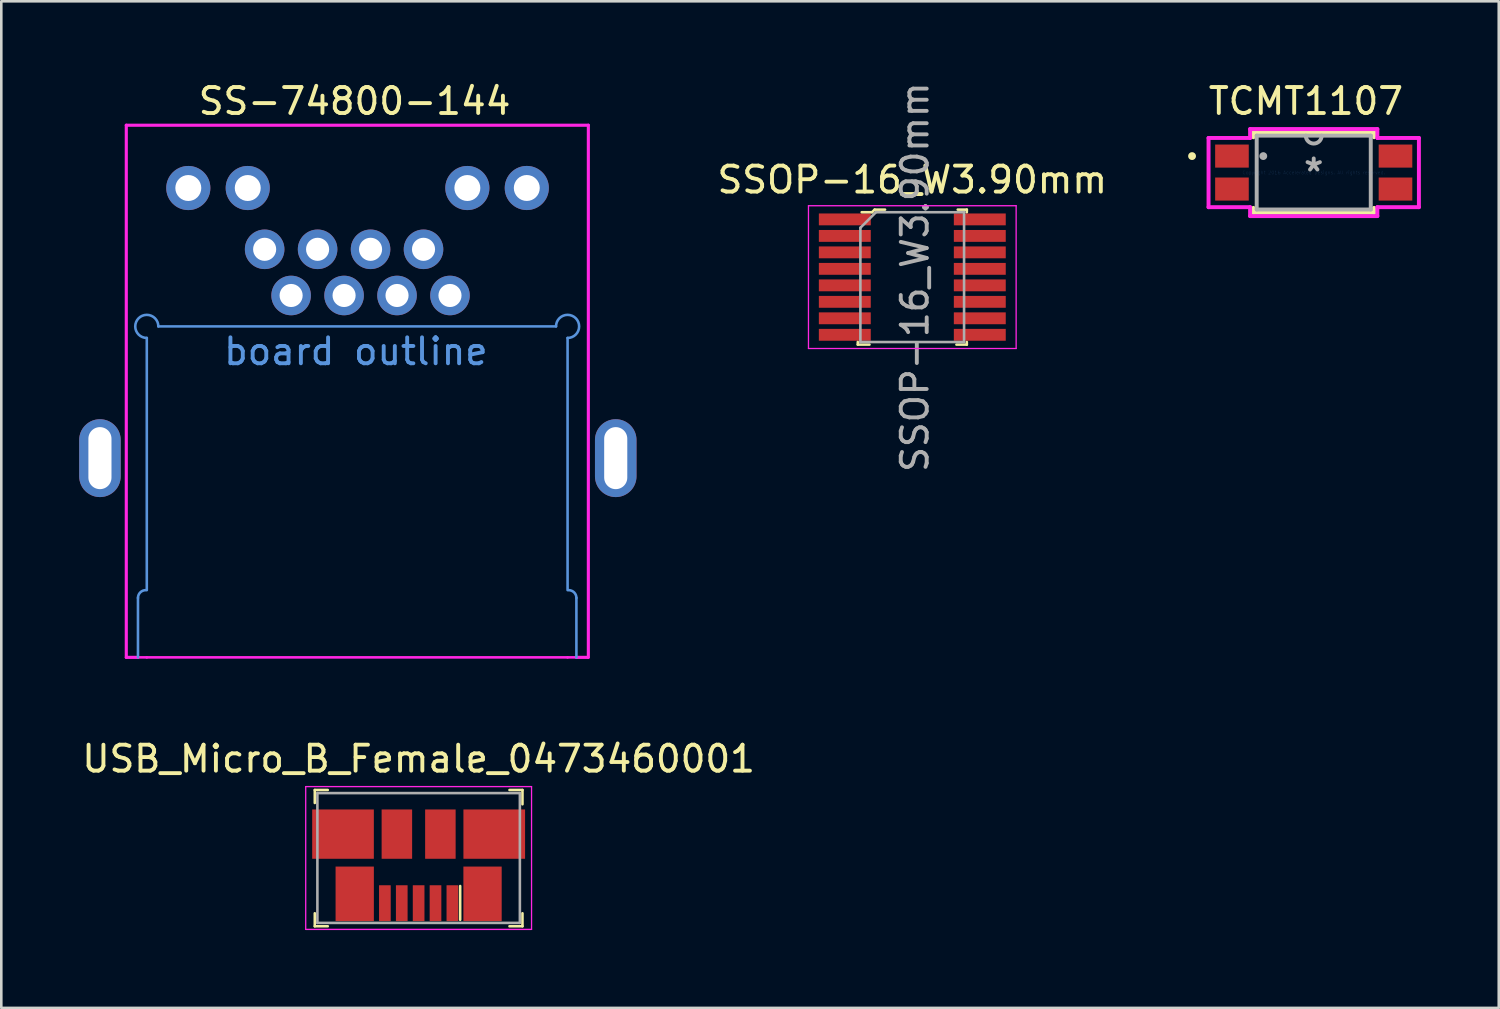
<source format=kicad_pcb>
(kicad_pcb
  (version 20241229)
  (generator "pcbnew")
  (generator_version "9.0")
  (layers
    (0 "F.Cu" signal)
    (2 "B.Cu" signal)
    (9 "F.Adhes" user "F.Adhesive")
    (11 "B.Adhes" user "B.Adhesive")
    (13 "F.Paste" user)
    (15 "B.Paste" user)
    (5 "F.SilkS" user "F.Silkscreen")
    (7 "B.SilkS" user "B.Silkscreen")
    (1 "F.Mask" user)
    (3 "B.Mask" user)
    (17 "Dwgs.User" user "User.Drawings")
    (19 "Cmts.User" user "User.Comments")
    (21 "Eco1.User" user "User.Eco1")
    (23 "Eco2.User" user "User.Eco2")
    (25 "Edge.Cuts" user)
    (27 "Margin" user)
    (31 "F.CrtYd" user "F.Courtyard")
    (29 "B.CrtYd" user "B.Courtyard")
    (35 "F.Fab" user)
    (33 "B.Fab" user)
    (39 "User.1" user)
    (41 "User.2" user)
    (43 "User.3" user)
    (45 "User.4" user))
  (footprint "SSOP-16_W3.90mm"
    (layer "F.Cu")
    (at 32.095 7.625)
    (property "Reference" "SSOP-16_W3.90mm" (at 0 -3.75 0) (layer "F.SilkS") (effects (font (size 1 1) (thickness 0.15))))
    (attr smd)
    (fp_line (start -2.1 2.5) (end -2.1 2.6) (stroke (width 0.1) (type solid)) (layer "F.SilkS"))
    (fp_line (start -2.1 2.6) (end -1.65 2.6) (stroke (width 0.1) (type solid)) (layer "F.SilkS"))
    (fp_line (start -1.55 -2.5) (end -1.95 -2.5) (stroke (width 0.1) (type solid)) (layer "F.SilkS"))
    (fp_line (start -1.45 -2.6) (end -1.55 -2.5) (stroke (width 0.1) (type solid)) (layer "F.SilkS"))
    (fp_line (start -1.05 -2.6) (end -1.45 -2.6) (stroke (width 0.1) (type solid)) (layer "F.SilkS"))
    (fp_line (start 2.1 -2.6) (end 1.75 -2.6) (stroke (width 0.1) (type solid)) (layer "F.SilkS"))
    (fp_line (start 2.1 -2.5) (end 2.1 -2.6) (stroke (width 0.1) (type solid)) (layer "F.SilkS"))
    (fp_line (start 2.1 2.5) (end 2.1 2.6) (stroke (width 0.1) (type solid)) (layer "F.SilkS"))
    (fp_line (start 2.1 2.6) (end 1.7 2.6) (stroke (width 0.1) (type solid)) (layer "F.SilkS"))
    (fp_line (start -4 -2.75) (end -4 2.75) (stroke (width 0.05) (type solid)) (layer "F.CrtYd"))
    (fp_line (start -4 -2.75) (end 4 -2.75) (stroke (width 0.05) (type solid)) (layer "F.CrtYd"))
    (fp_line (start -4 2.75) (end 4 2.75) (stroke (width 0.05) (type solid)) (layer "F.CrtYd"))
    (fp_line (start 4 2.75) (end 4 -2.75) (stroke (width 0.05) (type solid)) (layer "F.CrtYd"))
    (fp_line (start -2 -1.9) (end -2 2.5) (stroke (width 0.1) (type solid)) (layer "F.Fab"))
    (fp_line (start -2 -1.9) (end -1.4 -2.5) (stroke (width 0.1) (type solid)) (layer "F.Fab"))
    (fp_line (start -1.994 2.502) (end 1.994 2.502) (stroke (width 0.1) (type solid)) (layer "F.Fab"))
    (fp_line (start -1.4 -2.5) (end 2 -2.5) (stroke (width 0.1) (type solid)) (layer "F.Fab"))
    (fp_line (start 1.994 2.502) (end 1.994 -2.502) (stroke (width 0.1) (type solid)) (layer "F.Fab"))
    (fp_text user "${REFERENCE}" (at 0.1 0 90) (layer "F.Fab") (effects (font (size 1 1) (thickness 0.15))))
    (pad "1" smd rect (at -2.6 -2.223) (size 2 0.457) (layers "F.Cu" "F.Mask" "F.Paste"))
    (pad "2" smd rect (at -2.6 -1.587) (size 2 0.457) (layers "F.Cu" "F.Mask" "F.Paste"))
    (pad "3" smd rect (at -2.6 -0.953) (size 2 0.457) (layers "F.Cu" "F.Mask" "F.Paste"))
    (pad "4" smd rect (at -2.6 -0.318) (size 2 0.457) (layers "F.Cu" "F.Mask" "F.Paste"))
    (pad "5" smd rect (at -2.6 0.318) (size 2 0.457) (layers "F.Cu" "F.Mask" "F.Paste"))
    (pad "6" smd rect (at -2.6 0.953) (size 2 0.457) (layers "F.Cu" "F.Mask" "F.Paste"))
    (pad "7" smd rect (at -2.6 1.587) (size 2 0.457) (layers "F.Cu" "F.Mask" "F.Paste"))
    (pad "8" smd rect (at -2.6 2.223) (size 2 0.457) (layers "F.Cu" "F.Mask" "F.Paste"))
    (pad "9" smd rect (at 2.6 2.223) (size 2 0.457) (layers "F.Cu" "F.Mask" "F.Paste"))
    (pad "10" smd rect (at 2.6 1.587) (size 2 0.457) (layers "F.Cu" "F.Mask" "F.Paste"))
    (pad "11" smd rect (at 2.6 0.953) (size 2 0.457) (layers "F.Cu" "F.Mask" "F.Paste"))
    (pad "12" smd rect (at 2.6 0.318) (size 2 0.457) (layers "F.Cu" "F.Mask" "F.Paste"))
    (pad "13" smd rect (at 2.6 -0.318) (size 2 0.457) (layers "F.Cu" "F.Mask" "F.Paste"))
    (pad "14" smd rect (at 2.6 -0.953) (size 2 0.457) (layers "F.Cu" "F.Mask" "F.Paste"))
    (pad "15" smd rect (at 2.6 -1.587) (size 2 0.457) (layers "F.Cu" "F.Mask" "F.Paste"))
    (pad "16" smd rect (at 2.6 -2.223) (size 2 0.457) (layers "F.Cu" "F.Mask" "F.Paste")))
  (footprint "SS-74800-144"
    (layer "F.Cu")
    (at 10.66 1.448)
    (property "Reference" "SS-74800-144" (at -0.05 -0.6 0) (layer "F.SilkS") (effects (font (size 1 1) (thickness 0.15))))
    (attr through_hole)
    (fp_line (start -8.395 20.826) (end -8.395 18.536) (stroke (width 0.1) (type solid)) (layer "Cmts.User"))
    (fp_line (start -8.055 18.236) (end -8.055 8.521) (stroke (width 0.1) (type solid)) (layer "Cmts.User"))
    (fp_line (start -7.61 8.076) (end 7.71 8.076) (stroke (width 0.1) (type solid)) (layer "Cmts.User"))
    (fp_line (start 8.155 8.521) (end 8.155 18.236) (stroke (width 0.1) (type solid)) (layer "Cmts.User"))
    (fp_line (start 8.495 18.536) (end 8.495 20.826) (stroke (width 0.1) (type solid)) (layer "Cmts.User"))
    (fp_arc (start -8.394909 18.536184) (mid -8.307042 18.324052) (end -8.09491 18.236183) (stroke (width 0.1) (type solid)) (layer "Cmts.User"))
    (fp_arc (start -8.05491 8.521184) (mid -8.369573 7.761521) (end -7.60991 8.076184) (stroke (width 0.1) (type solid)) (layer "Cmts.User"))
    (fp_arc (start 7.710091 8.076184) (mid 8.469754 7.761521) (end 8.155091 8.521184) (stroke (width 0.1) (type solid)) (layer "Cmts.User"))
    (fp_arc (start 8.195091 18.236183) (mid 8.407223 18.324051) (end 8.495091 18.536183) (stroke (width 0.1) (type solid)) (layer "Cmts.User"))
    (fp_line (start -10.31 13.911) (end -10.31 12.401) (stroke (width 0.1) (type solid)) (layer "Margin"))
    (fp_line (start -9.42 12.401) (end -9.42 13.911) (stroke (width 0.1) (type solid)) (layer "Margin"))
    (fp_line (start -8.095 18.236) (end -8.055 18.236) (stroke (width 0.1) (type solid)) (layer "Margin"))
    (fp_line (start 8.155 18.236) (end 8.195 18.236) (stroke (width 0.1) (type solid)) (layer "Margin"))
    (fp_line (start 9.55 12.4) (end 9.55 13.91) (stroke (width 0.1) (type solid)) (layer "Margin"))
    (fp_line (start 10.44 13.91) (end 10.44 12.4) (stroke (width 0.1) (type solid)) (layer "Margin"))
    (fp_arc (start -10.30991 12.401183) (mid -10.181037 12.090056) (end -9.86991 11.961183) (stroke (width 0.1) (type solid)) (layer "Margin"))
    (fp_arc (start -9.86991 14.351183) (mid -10.181037 14.22231) (end -10.30991 13.911183) (stroke (width 0.1) (type solid)) (layer "Margin"))
    (fp_arc (start -9.85991 11.961183) (mid -9.548783 12.090056) (end -9.41991 12.401183) (stroke (width 0.1) (type solid)) (layer "Margin"))
    (fp_arc (start -9.419909 13.911184) (mid -9.548783 14.222311) (end -9.85991 14.351183) (stroke (width 0.1) (type solid)) (layer "Margin"))
    (fp_arc (start 9.55 12.400054) (mid 9.678836 12.088911) (end 9.989947 11.960001) (stroke (width 0.1) (type solid)) (layer "Margin"))
    (fp_arc (start 9.990232 14.350001) (mid 9.679089 14.221165) (end 9.550179 13.910054) (stroke (width 0.1) (type solid)) (layer "Margin"))
    (fp_arc (start 9.999948 11.96) (mid 10.31109 12.088836) (end 10.44 12.399948) (stroke (width 0.1) (type solid)) (layer "Margin"))
    (fp_arc (start 10.440179 13.909947) (mid 10.311343 14.22109) (end 10.000232 14.35) (stroke (width 0.1) (type solid)) (layer "Margin"))
    (fp_circle (center -6.456 2.745) (end -5.956 2.745) (stroke (width 0.1) (type solid)) (fill no) (layer "Margin"))
    (fp_circle (center -4.166 2.745) (end -3.666 2.745) (stroke (width 0.1) (type solid)) (fill no) (layer "Margin"))
    (fp_circle (center -3.515 5.106) (end -3.07 5.106) (stroke (width 0.1) (type solid)) (fill no) (layer "Margin"))
    (fp_circle (center -2.495 6.885) (end -2.05 6.885) (stroke (width 0.1) (type solid)) (fill no) (layer "Margin"))
    (fp_circle (center -1.475 5.106) (end -1.03 5.106) (stroke (width 0.1) (type solid)) (fill no) (layer "Margin"))
    (fp_circle (center -0.455 6.885) (end -0.01 6.885) (stroke (width 0.1) (type solid)) (fill no) (layer "Margin"))
    (fp_circle (center 0.565 5.106) (end 1.01 5.106) (stroke (width 0.1) (type solid)) (fill no) (layer "Margin"))
    (fp_circle (center 1.585 6.885) (end 2.03 6.885) (stroke (width 0.1) (type solid)) (fill no) (layer "Margin"))
    (fp_circle (center 2.605 5.106) (end 3.05 5.106) (stroke (width 0.1) (type solid)) (fill no) (layer "Margin"))
    (fp_circle (center 3.625 6.885) (end 4.07 6.885) (stroke (width 0.1) (type solid)) (fill no) (layer "Margin"))
    (fp_circle (center 4.294 2.745) (end 4.794 2.745) (stroke (width 0.1) (type solid)) (fill no) (layer "Margin"))
    (fp_circle (center 6.584 2.744) (end 7.084 2.744) (stroke (width 0.1) (type solid)) (fill no) (layer "Margin"))
    (fp_line (start -8.845 0.326) (end 8.955 0.326) (stroke (width 0.12) (type solid)) (layer "F.CrtYd"))
    (fp_line (start -8.845 20.826) (end -8.845 0.326) (stroke (width 0.12) (type solid)) (layer "F.CrtYd"))
    (fp_line (start -8.395 20.826) (end -8.845 20.826) (stroke (width 0.12) (type solid)) (layer "F.CrtYd"))
    (fp_line (start -8.055 20.826) (end -8.395 20.826) (stroke (width 0.1) (type solid)) (layer "F.CrtYd"))
    (fp_line (start 8.155 20.826) (end -8.055 20.826) (stroke (width 0.1) (type solid)) (layer "F.CrtYd"))
    (fp_line (start 8.495 20.826) (end 8.155 20.826) (stroke (width 0.1) (type solid)) (layer "F.CrtYd"))
    (fp_line (start 8.495 20.826) (end 8.945 20.826) (stroke (width 0.12) (type solid)) (layer "F.CrtYd"))
    (fp_line (start 8.955 20.826) (end 8.955 0.326) (stroke (width 0.12) (type solid)) (layer "F.CrtYd"))
    (fp_text user "board outline" (at 0 9.042 0) (layer "Cmts.User") (effects (font (size 1 1) (thickness 0.15))))
    (pad "1" thru_hole circle (at 3.625 6.885) (size 1.524 1.524) (drill 0.89) (layers "*.Cu" "*.Mask"))
    (pad "2" thru_hole circle (at 2.605 5.106) (size 1.524 1.524) (drill 0.89) (layers "*.Cu" "*.Mask"))
    (pad "3" thru_hole circle (at 1.585 6.885) (size 1.524 1.524) (drill 0.89) (layers "*.Cu" "*.Mask"))
    (pad "4" thru_hole circle (at 0.565 5.106) (size 1.524 1.524) (drill 0.89) (layers "*.Cu" "*.Mask"))
    (pad "5" thru_hole circle (at -0.455 6.885) (size 1.524 1.524) (drill 0.89) (layers "*.Cu" "*.Mask"))
    (pad "6" thru_hole circle (at -1.475 5.106) (size 1.524 1.524) (drill 0.89) (layers "*.Cu" "*.Mask"))
    (pad "7" thru_hole circle (at -2.495 6.885) (size 1.524 1.524) (drill 0.89) (layers "*.Cu" "*.Mask"))
    (pad "8" thru_hole circle (at -3.515 5.106) (size 1.524 1.524) (drill 0.89) (layers "*.Cu" "*.Mask"))
    (pad "9" thru_hole circle (at 6.584 2.744) (size 1.7 1.7) (drill 1) (layers "*.Cu" "*.Mask"))
    (pad "10" thru_hole circle (at 4.294 2.745) (size 1.7 1.7) (drill 1) (layers "*.Cu" "*.Mask"))
    (pad "11" thru_hole circle (at -4.166 2.745) (size 1.7 1.7) (drill 1) (layers "*.Cu" "*.Mask"))
    (pad "12" thru_hole circle (at -6.456 2.745) (size 1.7 1.7) (drill 1) (layers "*.Cu" "*.Mask"))
    (pad "M" thru_hole oval (at -9.86 13.151) (size 1.6 3) (drill oval 0.89 2.39) (layers "*.Cu" "*.Mask"))
    (pad "M" thru_hole oval (at 10.01 13.151) (size 1.6 3) (drill oval 0.89 2.39) (layers "*.Cu" "*.Mask")))
  (footprint "TCMT1107"
    (layer "F.Cu")
    (at 47.559 3.598)
    (property "Reference" "TCMT1107" (at -0.3 -2.75 0) (layer "F.SilkS") (effects (font (size 1 1) (thickness 0.15))))
    (attr through_hole)
    (fp_line (start -2.324 -1.549) (end -2.324 -1.361) (stroke (width 0.152) (type solid)) (layer "F.SilkS"))
    (fp_line (start -2.324 1.361) (end -2.324 1.549) (stroke (width 0.152) (type solid)) (layer "F.SilkS"))
    (fp_line (start -2.324 1.549) (end 2.324 1.549) (stroke (width 0.152) (type solid)) (layer "F.SilkS"))
    (fp_line (start 2.324 -1.549) (end -2.324 -1.549) (stroke (width 0.152) (type solid)) (layer "F.SilkS"))
    (fp_line (start 2.324 -1.361) (end 2.324 -1.549) (stroke (width 0.152) (type solid)) (layer "F.SilkS"))
    (fp_line (start 2.324 1.549) (end 2.324 1.361) (stroke (width 0.152) (type solid)) (layer "F.SilkS"))
    (fp_circle (center -4.687 -0.635) (end -4.611 -0.635) (stroke (width 0.152) (type solid)) (fill no) (layer "F.SilkS"))
    (fp_line (start -4.052 -1.333) (end -2.451 -1.333) (stroke (width 0.152) (type solid)) (layer "F.CrtYd"))
    (fp_line (start -4.052 1.333) (end -4.052 -1.333) (stroke (width 0.152) (type solid)) (layer "F.CrtYd"))
    (fp_line (start -2.451 -1.676) (end 2.451 -1.676) (stroke (width 0.152) (type solid)) (layer "F.CrtYd"))
    (fp_line (start -2.451 -1.333) (end -2.451 -1.676) (stroke (width 0.152) (type solid)) (layer "F.CrtYd"))
    (fp_line (start -2.451 1.333) (end -4.052 1.333) (stroke (width 0.152) (type solid)) (layer "F.CrtYd"))
    (fp_line (start -2.451 1.676) (end -2.451 1.333) (stroke (width 0.152) (type solid)) (layer "F.CrtYd"))
    (fp_line (start 2.451 -1.676) (end 2.451 -1.333) (stroke (width 0.152) (type solid)) (layer "F.CrtYd"))
    (fp_line (start 2.451 -1.333) (end 4.052 -1.333) (stroke (width 0.152) (type solid)) (layer "F.CrtYd"))
    (fp_line (start 2.451 1.333) (end 2.451 1.676) (stroke (width 0.152) (type solid)) (layer "F.CrtYd"))
    (fp_line (start 2.451 1.676) (end -2.451 1.676) (stroke (width 0.152) (type solid)) (layer "F.CrtYd"))
    (fp_line (start 4.052 -1.333) (end 4.052 1.333) (stroke (width 0.152) (type solid)) (layer "F.CrtYd"))
    (fp_line (start 4.052 1.333) (end 2.451 1.333) (stroke (width 0.152) (type solid)) (layer "F.CrtYd"))
    (fp_line (start -2.197 -1.422) (end -2.197 1.422) (stroke (width 0.152) (type solid)) (layer "F.Fab"))
    (fp_line (start -2.197 1.422) (end 2.197 1.422) (stroke (width 0.152) (type solid)) (layer "F.Fab"))
    (fp_line (start 2.197 -1.422) (end -2.197 -1.422) (stroke (width 0.152) (type solid)) (layer "F.Fab"))
    (fp_line (start 2.197 1.422) (end 2.197 -1.422) (stroke (width 0.152) (type solid)) (layer "F.Fab"))
    (fp_arc (start 0.3048 -1.4224) (mid 0 -1.1176) (end -0.3048 -1.4224) (stroke (width 0.1524) (type solid)) (layer "F.Fab"))
    (fp_circle (center -1.943 -0.635) (end -1.867 -0.635) (stroke (width 0.152) (type solid)) (fill no) (layer "F.Fab"))
    (fp_text user "Copyright 2016 Accelerated Designs. All rights reserved." (at 0 0 0) (layer "Cmts.User") (effects (font (size 0.127 0.127) (thickness 0.002))))
    (fp_text user "*" (at 0 0 0) (layer "F.Fab") (effects (font (size 1 1) (thickness 0.15))))
    (pad "1" smd rect (at -3.15 -0.635) (size 1.295 0.889) (layers "F.Cu" "F.Mask" "F.Paste"))
    (pad "2" smd rect (at -3.15 0.635) (size 1.295 0.889) (layers "F.Cu" "F.Mask" "F.Paste"))
    (pad "3" smd rect (at 3.15 0.635) (size 1.295 0.889) (layers "F.Cu" "F.Mask" "F.Paste"))
    (pad "4" smd rect (at 3.15 -0.635) (size 1.295 0.889) (layers "F.Cu" "F.Mask" "F.Paste")))
  (footprint "USB_Micro_B_Female_0473460001"
    (layer "F.Cu")
    (at 13.077 29.083)
    (property "Reference" "USB_Micro_B_Female_0473460001" (at 0 -2.9 0) (layer "F.SilkS") (effects (font (size 1 1) (thickness 0.15))))
    (attr smd)
    (fp_line (start -4 -1.7) (end -4 -1.2) (stroke (width 0.1) (type solid)) (layer "F.SilkS"))
    (fp_line (start -4 -1.7) (end -3.5 -1.7) (stroke (width 0.1) (type solid)) (layer "F.SilkS"))
    (fp_line (start -4 3.55) (end -4 3.05) (stroke (width 0.1) (type solid)) (layer "F.SilkS"))
    (fp_line (start -4 3.55) (end -3.5 3.55) (stroke (width 0.1) (type solid)) (layer "F.SilkS"))
    (fp_line (start 1.6 3.3) (end 1.6 2) (stroke (width 0.1) (type solid)) (layer "F.SilkS"))
    (fp_line (start 4 -1.7) (end 3.5 -1.7) (stroke (width 0.1) (type solid)) (layer "F.SilkS"))
    (fp_line (start 4 -1.7) (end 4 -1.15) (stroke (width 0.1) (type solid)) (layer "F.SilkS"))
    (fp_line (start 4 3.55) (end 3.5 3.55) (stroke (width 0.1) (type solid)) (layer "F.SilkS"))
    (fp_line (start 4 3.55) (end 4 3.05) (stroke (width 0.1) (type solid)) (layer "F.SilkS"))
    (fp_line (start -4.35 -1.83) (end -4.35 3.67) (stroke (width 0.05) (type solid)) (layer "F.CrtYd"))
    (fp_line (start 4.35 -1.83) (end -4.35 -1.83) (stroke (width 0.05) (type solid)) (layer "F.CrtYd"))
    (fp_line (start 4.35 -1.83) (end 4.35 3.67) (stroke (width 0.05) (type solid)) (layer "F.CrtYd"))
    (fp_line (start 4.35 3.67) (end -4.35 3.67) (stroke (width 0.05) (type solid)) (layer "F.CrtYd"))
    (fp_line (start -3.9 3.42) (end -3.9 -1.58) (stroke (width 0.1) (type solid)) (layer "F.Fab"))
    (fp_line (start 3.9 -1.58) (end -3.9 -1.58) (stroke (width 0.1) (type solid)) (layer "F.Fab"))
    (fp_line (start 3.9 3.42) (end -3.9 3.42) (stroke (width 0.1) (type solid)) (layer "F.Fab"))
    (fp_line (start 3.9 3.42) (end 3.9 -1.58) (stroke (width 0.1) (type solid)) (layer "F.Fab"))
    (pad "1" smd rect (at 1.3 2.66 270) (size 1.38 0.45) (layers "F.Cu" "F.Mask" "F.Paste"))
    (pad "2" smd rect (at 0.65 2.66 270) (size 1.38 0.45) (layers "F.Cu" "F.Mask" "F.Paste"))
    (pad "3" smd rect (at 0 2.66 270) (size 1.38 0.45) (layers "F.Cu" "F.Mask" "F.Paste"))
    (pad "4" smd rect (at -0.65 2.66 270) (size 1.38 0.45) (layers "F.Cu" "F.Mask" "F.Paste"))
    (pad "5" smd rect (at -1.3 2.66 270) (size 1.38 0.45) (layers "F.Cu" "F.Mask" "F.Paste"))
    (pad "SH" smd rect (at -2.913 0 270) (size 1.9 2.375) (layers "F.Cu" "F.Mask" "F.Paste"))
    (pad "SH" smd rect (at -2.462 2.3 270) (size 2.1 1.475) (layers "F.Cu" "F.Mask" "F.Paste"))
    (pad "SH" smd rect (at -0.838 0 270) (size 1.9 1.175) (layers "F.Cu" "F.Mask" "F.Paste"))
    (pad "SH" smd rect (at 0.838 0 270) (size 1.9 1.175) (layers "F.Cu" "F.Mask" "F.Paste"))
    (pad "SH" smd rect (at 2.462 2.3 270) (size 2.1 1.475) (layers "F.Cu" "F.Mask" "F.Paste"))
    (pad "SH" smd rect (at 2.913 0 270) (size 1.9 2.375) (layers "F.Cu" "F.Mask" "F.Paste")))
  (gr_rect
    (start -3 -3)
    (end 54.687 35.778)
    (stroke (width 0.1) (type default))
    (fill no)
    (layer "Edge.Cuts")))
</source>
